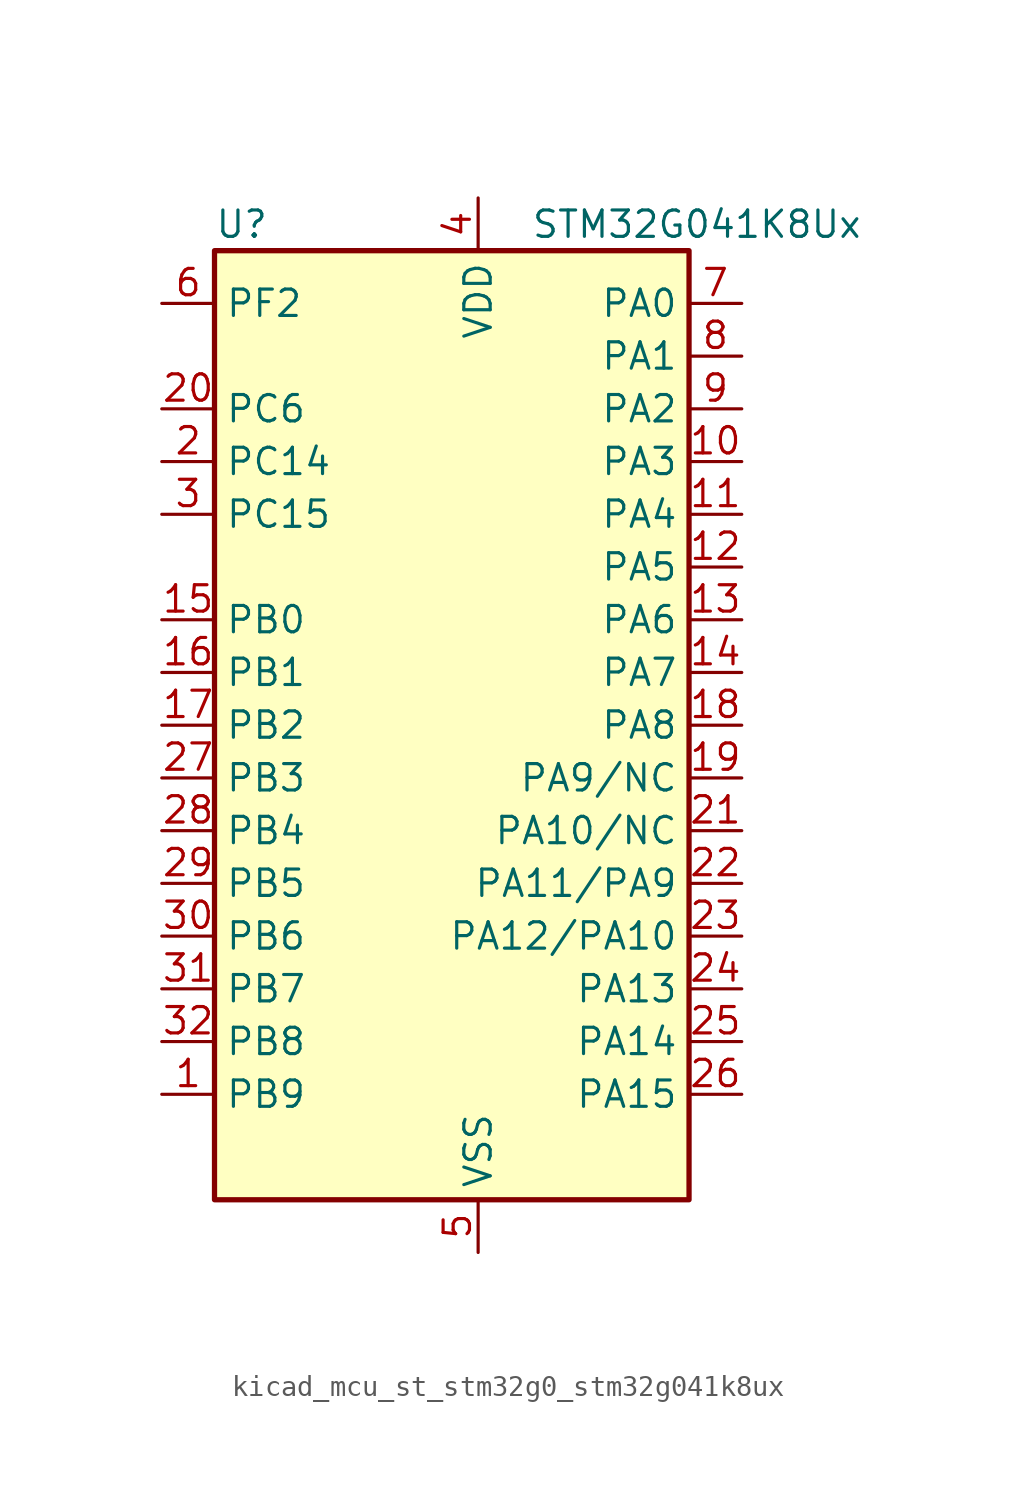
<source format=kicad_sym>
(kicad_symbol_lib
  (version 20220914)
  (generator kicad_symbol_editor)
  (symbol "kicad_mcu_st_stm32g0_stm32g041k8ux"
    (property "Reference" "U"
      (at -10.16 24.13 0)
      (effects (font (size 1.27 1.27)) (justify left)))
    (property "Value" "STM32G041K8Ux"
      (at 5.08 24.13 0)
      (effects (font (size 1.27 1.27)) (justify left)))
    (property "ki_locked" ""
      (at 0 0 0)
      (effects (font (size 1.27 1.27))))
    (symbol "kicad_mcu_st_stm32g0_stm32g041k8ux_0_1"
      (rectangle (start -10.16 -22.86) (end 12.7 22.86) (stroke (width 0.254) (type default)) (fill (type background))))
    (symbol "kicad_mcu_st_stm32g0_stm32g041k8ux_1_1"
      (pin bidirectional line (at -12.7 -17.78 0) (length 2.54) (name "PB9" (effects (font (size 1.27 1.27)))) (number "1" (effects (font (size 1.27 1.27)))) (alternate "I2C1_SDA" bidirectional line) (alternate "IR_OUT" bidirectional line) (alternate "SPI2_NSS" bidirectional line) (alternate "TIM17_CH1" bidirectional line))
      (pin bidirectional line (at 15.24 12.7 180) (length 2.54) (name "PA3" (effects (font (size 1.27 1.27)))) (number "10" (effects (font (size 1.27 1.27)))) (alternate "ADC1_IN3" bidirectional line) (alternate "LPUART1_RX" bidirectional line) (alternate "SPI2_MISO" bidirectional line) (alternate "TIM2_CH4" bidirectional line) (alternate "USART2_RX" bidirectional line))
      (pin bidirectional line (at 15.24 10.16 180) (length 2.54) (name "PA4" (effects (font (size 1.27 1.27)))) (number "11" (effects (font (size 1.27 1.27)))) (alternate "ADC1_IN4" bidirectional line) (alternate "I2S1_WS" bidirectional line) (alternate "LPTIM2_OUT" bidirectional line) (alternate "RTC_OUT_ALARM" bidirectional line) (alternate "RTC_OUT_CALIB" bidirectional line) (alternate "RTC_TAMP_IN1" bidirectional line) (alternate "RTC_TS" bidirectional line) (alternate "SPI1_NSS" bidirectional line) (alternate "SPI2_MOSI" bidirectional line) (alternate "SYS_WKUP2" bidirectional line) (alternate "TIM14_CH1" bidirectional line))
      (pin bidirectional line (at 15.24 7.62 180) (length 2.54) (name "PA5" (effects (font (size 1.27 1.27)))) (number "12" (effects (font (size 1.27 1.27)))) (alternate "ADC1_IN5" bidirectional line) (alternate "I2S1_CK" bidirectional line) (alternate "LPTIM2_ETR" bidirectional line) (alternate "SPI1_SCK" bidirectional line) (alternate "TIM2_CH1" bidirectional line) (alternate "TIM2_ETR" bidirectional line))
      (pin bidirectional line (at 15.24 5.08 180) (length 2.54) (name "PA6" (effects (font (size 1.27 1.27)))) (number "13" (effects (font (size 1.27 1.27)))) (alternate "ADC1_IN6" bidirectional line) (alternate "I2S1_MCK" bidirectional line) (alternate "LPUART1_CTS" bidirectional line) (alternate "SPI1_MISO" bidirectional line) (alternate "TIM16_CH1" bidirectional line) (alternate "TIM1_BK" bidirectional line) (alternate "TIM3_CH1" bidirectional line))
      (pin bidirectional line (at 15.24 2.54 180) (length 2.54) (name "PA7" (effects (font (size 1.27 1.27)))) (number "14" (effects (font (size 1.27 1.27)))) (alternate "ADC1_IN7" bidirectional line) (alternate "I2S1_SD" bidirectional line) (alternate "SPI1_MOSI" bidirectional line) (alternate "TIM14_CH1" bidirectional line) (alternate "TIM17_CH1" bidirectional line) (alternate "TIM1_CH1N" bidirectional line) (alternate "TIM3_CH2" bidirectional line))
      (pin bidirectional line (at -12.7 5.08 0) (length 2.54) (name "PB0" (effects (font (size 1.27 1.27)))) (number "15" (effects (font (size 1.27 1.27)))) (alternate "ADC1_IN8" bidirectional line) (alternate "I2S1_WS" bidirectional line) (alternate "LPTIM1_OUT" bidirectional line) (alternate "SPI1_NSS" bidirectional line) (alternate "TIM1_CH2N" bidirectional line) (alternate "TIM3_CH3" bidirectional line))
      (pin bidirectional line (at -12.7 2.54 0) (length 2.54) (name "PB1" (effects (font (size 1.27 1.27)))) (number "16" (effects (font (size 1.27 1.27)))) (alternate "ADC1_IN9" bidirectional line) (alternate "LPTIM2_IN1" bidirectional line) (alternate "LPUART1_DE" bidirectional line) (alternate "LPUART1_RTS" bidirectional line) (alternate "TIM14_CH1" bidirectional line) (alternate "TIM1_CH3N" bidirectional line) (alternate "TIM3_CH4" bidirectional line))
      (pin bidirectional line (at -12.7 0 0) (length 2.54) (name "PB2" (effects (font (size 1.27 1.27)))) (number "17" (effects (font (size 1.27 1.27)))) (alternate "ADC1_IN10" bidirectional line) (alternate "LPTIM1_OUT" bidirectional line) (alternate "SPI2_MISO" bidirectional line))
      (pin bidirectional line (at 15.24 0 180) (length 2.54) (name "PA8" (effects (font (size 1.27 1.27)))) (number "18" (effects (font (size 1.27 1.27)))) (alternate "LPTIM2_OUT" bidirectional line) (alternate "RCC_MCO" bidirectional line) (alternate "SPI2_NSS" bidirectional line) (alternate "TIM1_CH1" bidirectional line))
      (pin bidirectional line (at 15.24 -2.54 180) (length 2.54) (name "PA9/NC" (effects (font (size 1.27 1.27)))) (number "19" (effects (font (size 1.27 1.27)))) (alternate "I2C1_SCL" bidirectional line) (alternate "RCC_MCO" bidirectional line) (alternate "SPI2_MISO" bidirectional line) (alternate "TIM1_CH2" bidirectional line) (alternate "USART1_TX" bidirectional line))
      (pin bidirectional line (at -12.7 12.7 0) (length 2.54) (name "PC14" (effects (font (size 1.27 1.27)))) (number "2" (effects (font (size 1.27 1.27)))) (alternate "RCC_OSC32_IN" bidirectional line) (alternate "RCC_OSC_IN" bidirectional line) (alternate "TIM1_BK2" bidirectional line))
      (pin bidirectional line (at -12.7 15.24 0) (length 2.54) (name "PC6" (effects (font (size 1.27 1.27)))) (number "20" (effects (font (size 1.27 1.27)))) (alternate "TIM2_CH3" bidirectional line) (alternate "TIM3_CH1" bidirectional line))
      (pin bidirectional line (at 15.24 -5.08 180) (length 2.54) (name "PA10/NC" (effects (font (size 1.27 1.27)))) (number "21" (effects (font (size 1.27 1.27)))) (alternate "I2C1_SDA" bidirectional line) (alternate "SPI2_MOSI" bidirectional line) (alternate "TIM17_BK" bidirectional line) (alternate "TIM1_CH3" bidirectional line) (alternate "USART1_RX" bidirectional line))
      (pin bidirectional line (at 15.24 -7.62 180) (length 2.54) (name "PA11/PA9" (effects (font (size 1.27 1.27)))) (number "22" (effects (font (size 1.27 1.27)))) (alternate "ADC1_EXTI11" bidirectional line) (alternate "ADC1_IN15" bidirectional line) (alternate "I2C2_SCL" bidirectional line) (alternate "I2S1_MCK" bidirectional line) (alternate "SPI1_MISO" bidirectional line) (alternate "TIM1_BK2" bidirectional line) (alternate "TIM1_CH4" bidirectional line) (alternate "USART1_CTS" bidirectional line) (alternate "USART1_NSS" bidirectional line))
      (pin bidirectional line (at 15.24 -10.16 180) (length 2.54) (name "PA12/PA10" (effects (font (size 1.27 1.27)))) (number "23" (effects (font (size 1.27 1.27)))) (alternate "ADC1_IN16" bidirectional line) (alternate "I2C2_SDA" bidirectional line) (alternate "I2S1_SD" bidirectional line) (alternate "I2S_CKIN" bidirectional line) (alternate "SPI1_MOSI" bidirectional line) (alternate "TIM1_ETR" bidirectional line) (alternate "USART1_CK" bidirectional line) (alternate "USART1_DE" bidirectional line) (alternate "USART1_RTS" bidirectional line))
      (pin bidirectional line (at 15.24 -12.7 180) (length 2.54) (name "PA13" (effects (font (size 1.27 1.27)))) (number "24" (effects (font (size 1.27 1.27)))) (alternate "ADC1_IN17" bidirectional line) (alternate "IR_OUT" bidirectional line) (alternate "SYS_SWDIO" bidirectional line))
      (pin bidirectional line (at 15.24 -15.24 180) (length 2.54) (name "PA14" (effects (font (size 1.27 1.27)))) (number "25" (effects (font (size 1.27 1.27)))) (alternate "ADC1_IN18" bidirectional line) (alternate "SYS_SWCLK" bidirectional line) (alternate "USART2_TX" bidirectional line))
      (pin bidirectional line (at 15.24 -17.78 180) (length 2.54) (name "PA15" (effects (font (size 1.27 1.27)))) (number "26" (effects (font (size 1.27 1.27)))) (alternate "I2S1_WS" bidirectional line) (alternate "SPI1_NSS" bidirectional line) (alternate "TIM2_CH1" bidirectional line) (alternate "TIM2_ETR" bidirectional line) (alternate "USART2_RX" bidirectional line))
      (pin bidirectional line (at -12.7 -2.54 0) (length 2.54) (name "PB3" (effects (font (size 1.27 1.27)))) (number "27" (effects (font (size 1.27 1.27)))) (alternate "I2S1_CK" bidirectional line) (alternate "SPI1_SCK" bidirectional line) (alternate "TIM1_CH2" bidirectional line) (alternate "TIM2_CH2" bidirectional line) (alternate "USART1_CK" bidirectional line) (alternate "USART1_DE" bidirectional line) (alternate "USART1_RTS" bidirectional line))
      (pin bidirectional line (at -12.7 -5.08 0) (length 2.54) (name "PB4" (effects (font (size 1.27 1.27)))) (number "28" (effects (font (size 1.27 1.27)))) (alternate "I2S1_MCK" bidirectional line) (alternate "SPI1_MISO" bidirectional line) (alternate "TIM17_BK" bidirectional line) (alternate "TIM3_CH1" bidirectional line) (alternate "USART1_CTS" bidirectional line) (alternate "USART1_NSS" bidirectional line))
      (pin bidirectional line (at -12.7 -7.62 0) (length 2.54) (name "PB5" (effects (font (size 1.27 1.27)))) (number "29" (effects (font (size 1.27 1.27)))) (alternate "I2C1_SMBA" bidirectional line) (alternate "I2S1_SD" bidirectional line) (alternate "LPTIM1_IN1" bidirectional line) (alternate "SPI1_MOSI" bidirectional line) (alternate "SYS_WKUP6" bidirectional line) (alternate "TIM16_BK" bidirectional line) (alternate "TIM3_CH2" bidirectional line))
      (pin bidirectional line (at -12.7 10.16 0) (length 2.54) (name "PC15" (effects (font (size 1.27 1.27)))) (number "3" (effects (font (size 1.27 1.27)))) (alternate "RCC_OSC32_EN" bidirectional line) (alternate "RCC_OSC32_OUT" bidirectional line) (alternate "RCC_OSC_EN" bidirectional line))
      (pin bidirectional line (at -12.7 -10.16 0) (length 2.54) (name "PB6" (effects (font (size 1.27 1.27)))) (number "30" (effects (font (size 1.27 1.27)))) (alternate "I2C1_SCL" bidirectional line) (alternate "LPTIM1_ETR" bidirectional line) (alternate "SPI2_MISO" bidirectional line) (alternate "TIM16_CH1N" bidirectional line) (alternate "TIM1_CH3" bidirectional line) (alternate "USART1_TX" bidirectional line))
      (pin bidirectional line (at -12.7 -12.7 0) (length 2.54) (name "PB7" (effects (font (size 1.27 1.27)))) (number "31" (effects (font (size 1.27 1.27)))) (alternate "ADC1_IN11" bidirectional line) (alternate "I2C1_SDA" bidirectional line) (alternate "LPTIM1_IN2" bidirectional line) (alternate "SPI2_MOSI" bidirectional line) (alternate "SYS_PVD_IN" bidirectional line) (alternate "TIM17_CH1N" bidirectional line) (alternate "USART1_RX" bidirectional line))
      (pin bidirectional line (at -12.7 -15.24 0) (length 2.54) (name "PB8" (effects (font (size 1.27 1.27)))) (number "32" (effects (font (size 1.27 1.27)))) (alternate "I2C1_SCL" bidirectional line) (alternate "SPI2_SCK" bidirectional line) (alternate "TIM16_CH1" bidirectional line))
      (pin passive line (at 2.54 -25.4 90) (length 2.54) hide (name "VSS" (effects (font (size 1.27 1.27)))) (number "33" (effects (font (size 1.27 1.27)))))
      (pin power_in line (at 2.54 25.4 270) (length 2.54) (name "VDD" (effects (font (size 1.27 1.27)))) (number "4" (effects (font (size 1.27 1.27)))))
      (pin power_in line (at 2.54 -25.4 90) (length 2.54) (name "VSS" (effects (font (size 1.27 1.27)))) (number "5" (effects (font (size 1.27 1.27)))))
      (pin bidirectional line (at -12.7 20.32 0) (length 2.54) (name "PF2" (effects (font (size 1.27 1.27)))) (number "6" (effects (font (size 1.27 1.27)))) (alternate "RCC_MCO" bidirectional line))
      (pin bidirectional line (at 15.24 20.32 180) (length 2.54) (name "PA0" (effects (font (size 1.27 1.27)))) (number "7" (effects (font (size 1.27 1.27)))) (alternate "ADC1_IN0" bidirectional line) (alternate "LPTIM1_OUT" bidirectional line) (alternate "RTC_TAMP_IN2" bidirectional line) (alternate "SPI2_SCK" bidirectional line) (alternate "SYS_WKUP1" bidirectional line) (alternate "TIM2_CH1" bidirectional line) (alternate "TIM2_ETR" bidirectional line) (alternate "USART2_CTS" bidirectional line) (alternate "USART2_NSS" bidirectional line))
      (pin bidirectional line (at 15.24 17.78 180) (length 2.54) (name "PA1" (effects (font (size 1.27 1.27)))) (number "8" (effects (font (size 1.27 1.27)))) (alternate "ADC1_IN1" bidirectional line) (alternate "I2C1_SMBA" bidirectional line) (alternate "I2S1_CK" bidirectional line) (alternate "SPI1_SCK" bidirectional line) (alternate "TIM2_CH2" bidirectional line) (alternate "USART2_CK" bidirectional line) (alternate "USART2_DE" bidirectional line) (alternate "USART2_RTS" bidirectional line))
      (pin bidirectional line (at 15.24 15.24 180) (length 2.54) (name "PA2" (effects (font (size 1.27 1.27)))) (number "9" (effects (font (size 1.27 1.27)))) (alternate "ADC1_IN2" bidirectional line) (alternate "I2S1_SD" bidirectional line) (alternate "LPUART1_TX" bidirectional line) (alternate "RCC_LSCO" bidirectional line) (alternate "SPI1_MOSI" bidirectional line) (alternate "SYS_WKUP4" bidirectional line) (alternate "TIM2_CH3" bidirectional line) (alternate "USART2_TX" bidirectional line)))))
</source>
